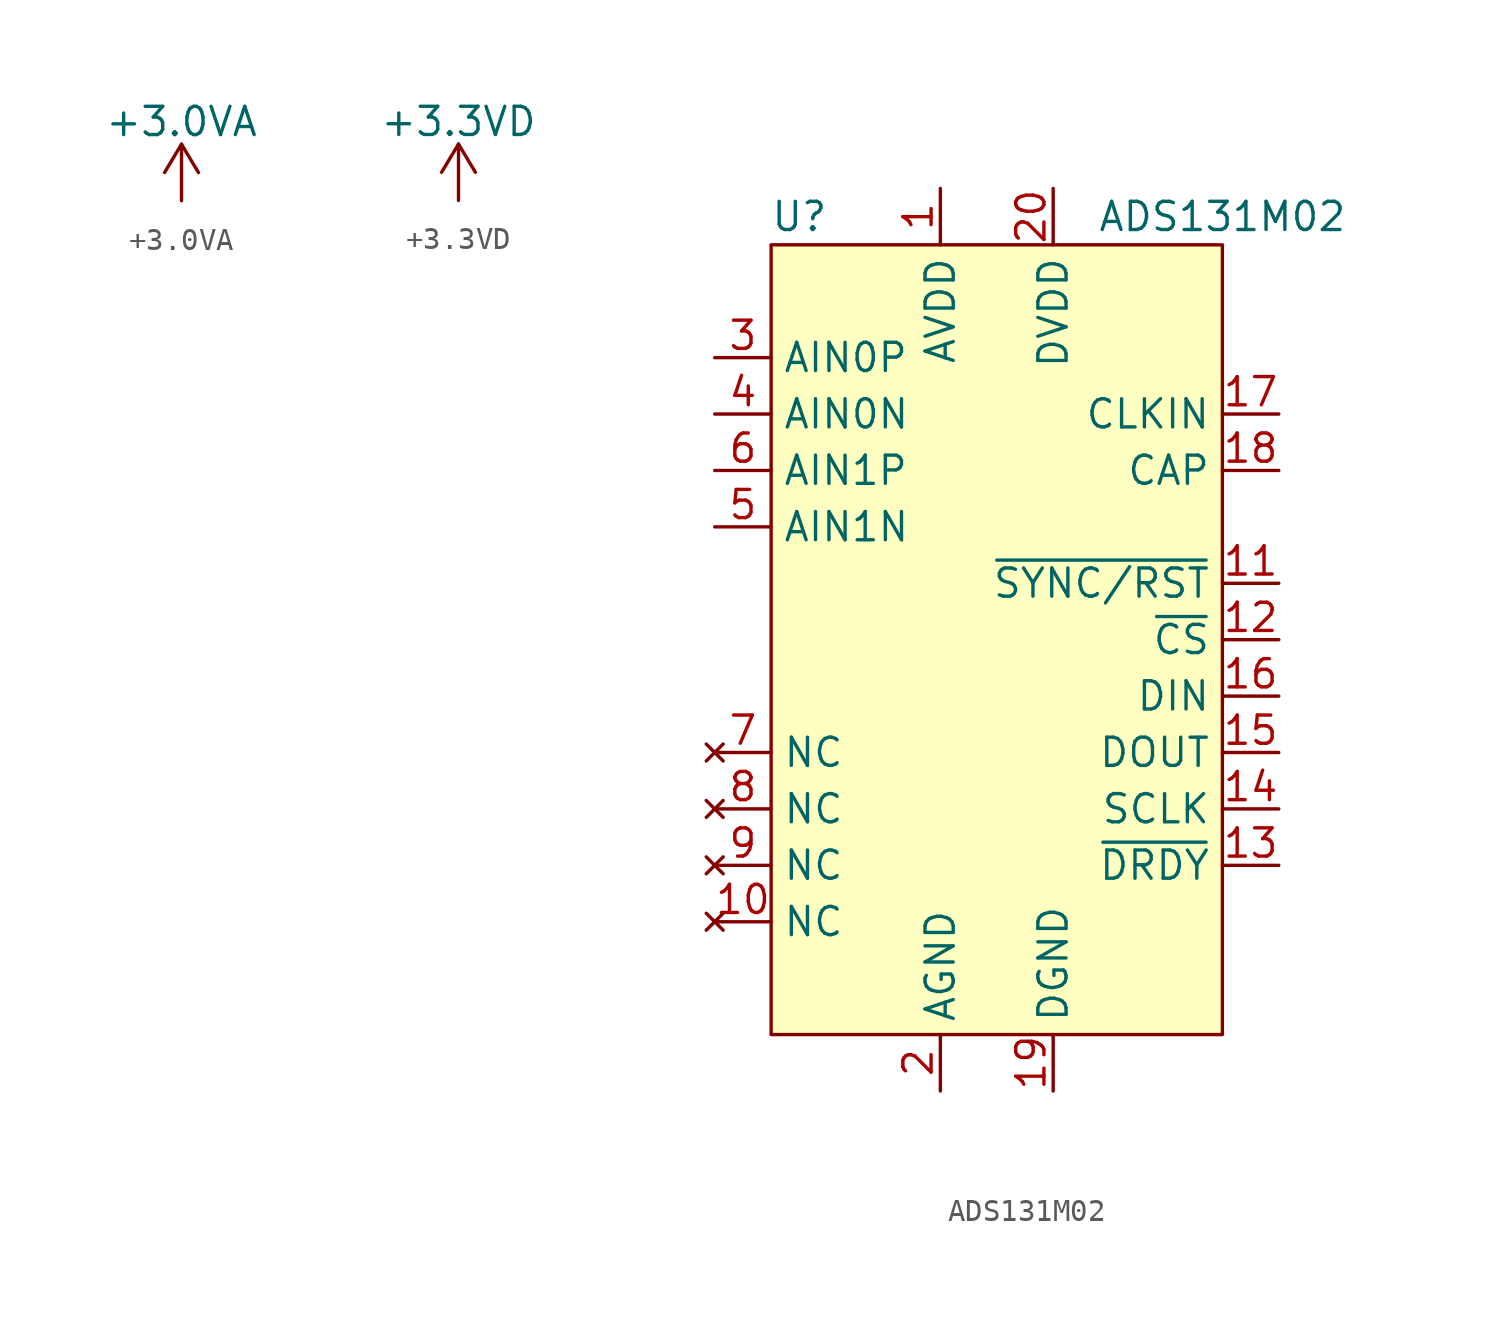
<source format=kicad_sym>
(kicad_symbol_lib
  (version 20211014)
  (generator kicad_symbol_editor)
  (symbol "+3.0VA"
    (power)
    (pin_names
      (offset 0))
    (property "Reference" "#PWR"
      (at 0 -3.81 0)
      (effects (font (size 1.27 1.27)) hide))
    (property "Value" "+3.0VA"
      (at 0 3.556 0)
      (effects (font (size 1.27 1.27))))
    (symbol "+3.0VA_0_1"
      (polyline (pts (xy -0.762 1.27) (xy 0 2.54)) (stroke (width 0) (type default) (color 0 0 0 0)) (fill (type none)))
      (polyline (pts (xy 0 0) (xy 0 2.54)) (stroke (width 0) (type default) (color 0 0 0 0)) (fill (type none)))
      (polyline (pts (xy 0 2.54) (xy 0.762 1.27)) (stroke (width 0) (type default) (color 0 0 0 0)) (fill (type none))))
    (symbol "+3.0VA_1_1"
      (pin power_in line (at 0 0 90) (length 0) hide (name "+3.0VA" (effects (font (size 1.27 1.27)))) (number "1" (effects (font (size 1.27 1.27)))))))
  (symbol "+3.3VD"
    (power)
    (pin_names
      (offset 0))
    (property "Reference" "#PWR"
      (at 0 -3.81 0)
      (effects (font (size 1.27 1.27)) hide))
    (property "Value" "+3.3VD"
      (at 0 3.556 0)
      (effects (font (size 1.27 1.27))))
    (symbol "+3.3VD_0_1"
      (polyline (pts (xy -0.762 1.27) (xy 0 2.54)) (stroke (width 0) (type default) (color 0 0 0 0)) (fill (type none)))
      (polyline (pts (xy 0 0) (xy 0 2.54)) (stroke (width 0) (type default) (color 0 0 0 0)) (fill (type none)))
      (polyline (pts (xy 0 2.54) (xy 0.762 1.27)) (stroke (width 0) (type default) (color 0 0 0 0)) (fill (type none))))
    (symbol "+3.3VD_1_1"
      (pin power_in line (at 0 0 90) (length 0) hide (name "+3.3VD" (effects (font (size 1.27 1.27)))) (number "1" (effects (font (size 1.27 1.27)))))))
  (symbol "ADS131M02"
    (property "Reference" "U"
      (at -8.89 21.59 0)
      (effects (font (size 1.27 1.27))))
    (property "Value" "ADS131M02"
      (at 10.16 21.59 0)
      (effects (font (size 1.27 1.27))))
    (symbol "ADS131M02_0_0"
      (pin power_in line (at -2.54 22.86 270) (length 2.54) (name "AVDD" (effects (font (size 1.27 1.27)))) (number "1" (effects (font (size 1.27 1.27)))))
      (pin no_connect line (at -12.7 -10.16 0) (length 2.54) (name "NC" (effects (font (size 1.27 1.27)))) (number "10" (effects (font (size 1.27 1.27)))))
      (pin input line (at 12.7 5.08 180) (length 2.54) (name "~{SYNC/RST}" (effects (font (size 1.27 1.27)))) (number "11" (effects (font (size 1.27 1.27)))))
      (pin input line (at 12.7 2.54 180) (length 2.54) (name "~{CS}" (effects (font (size 1.27 1.27)))) (number "12" (effects (font (size 1.27 1.27)))))
      (pin output line (at 12.7 -7.62 180) (length 2.54) (name "~{DRDY}" (effects (font (size 1.27 1.27)))) (number "13" (effects (font (size 1.27 1.27)))))
      (pin input line (at 12.7 -5.08 180) (length 2.54) (name "SCLK" (effects (font (size 1.27 1.27)))) (number "14" (effects (font (size 1.27 1.27)))))
      (pin output line (at 12.7 -2.54 180) (length 2.54) (name "DOUT" (effects (font (size 1.27 1.27)))) (number "15" (effects (font (size 1.27 1.27)))))
      (pin input line (at 12.7 0 180) (length 2.54) (name "DIN" (effects (font (size 1.27 1.27)))) (number "16" (effects (font (size 1.27 1.27)))))
      (pin input line (at 12.7 12.7 180) (length 2.54) (name "CLKIN" (effects (font (size 1.27 1.27)))) (number "17" (effects (font (size 1.27 1.27)))))
      (pin bidirectional line (at 12.7 10.16 180) (length 2.54) (name "CAP" (effects (font (size 1.27 1.27)))) (number "18" (effects (font (size 1.27 1.27)))))
      (pin power_in line (at 2.54 -17.78 90) (length 2.54) (name "DGND" (effects (font (size 1.27 1.27)))) (number "19" (effects (font (size 1.27 1.27)))))
      (pin power_in line (at -2.54 -17.78 90) (length 2.54) (name "AGND" (effects (font (size 1.27 1.27)))) (number "2" (effects (font (size 1.27 1.27)))))
      (pin power_in line (at 2.54 22.86 270) (length 2.54) (name "DVDD" (effects (font (size 1.27 1.27)))) (number "20" (effects (font (size 1.27 1.27)))))
      (pin input line (at -12.7 15.24 0) (length 2.54) (name "AIN0P" (effects (font (size 1.27 1.27)))) (number "3" (effects (font (size 1.27 1.27)))))
      (pin input line (at -12.7 12.7 0) (length 2.54) (name "AIN0N" (effects (font (size 1.27 1.27)))) (number "4" (effects (font (size 1.27 1.27)))))
      (pin input line (at -12.7 7.62 0) (length 2.54) (name "AIN1N" (effects (font (size 1.27 1.27)))) (number "5" (effects (font (size 1.27 1.27)))))
      (pin input line (at -12.7 10.16 0) (length 2.54) (name "AIN1P" (effects (font (size 1.27 1.27)))) (number "6" (effects (font (size 1.27 1.27)))))
      (pin no_connect line (at -12.7 -2.54 0) (length 2.54) (name "NC" (effects (font (size 1.27 1.27)))) (number "7" (effects (font (size 1.27 1.27)))))
      (pin no_connect line (at -12.7 -5.08 0) (length 2.54) (name "NC" (effects (font (size 1.27 1.27)))) (number "8" (effects (font (size 1.27 1.27)))))
      (pin no_connect line (at -12.7 -7.62 0) (length 2.54) (name "NC" (effects (font (size 1.27 1.27)))) (number "9" (effects (font (size 1.27 1.27))))))
    (symbol "ADS131M02_0_1"
      (rectangle (start -10.16 20.32) (end 10.16 -15.24) (stroke (width 0.152) (type default) (color 0 0 0 0)) (fill (type background))))))
</source>
